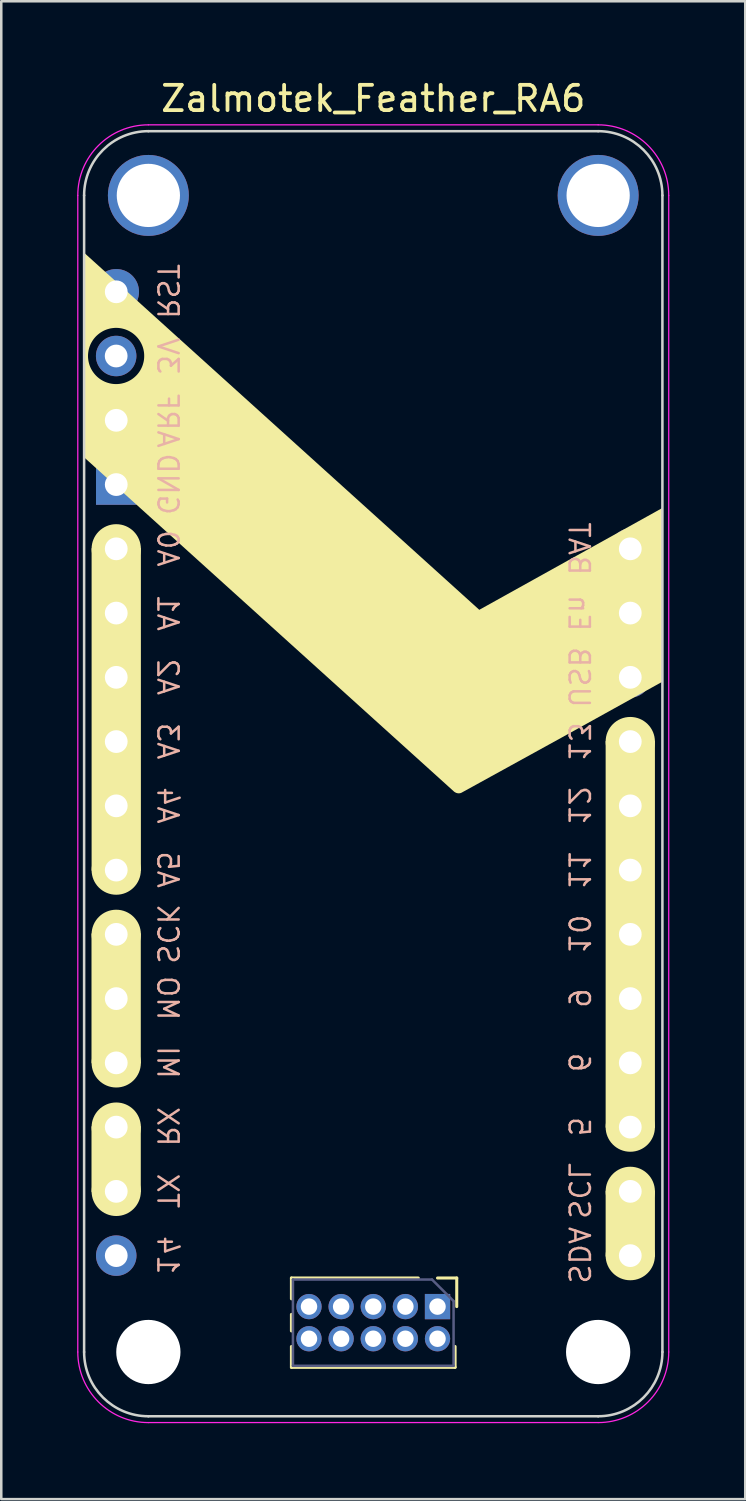
<source format=kicad_pcb>
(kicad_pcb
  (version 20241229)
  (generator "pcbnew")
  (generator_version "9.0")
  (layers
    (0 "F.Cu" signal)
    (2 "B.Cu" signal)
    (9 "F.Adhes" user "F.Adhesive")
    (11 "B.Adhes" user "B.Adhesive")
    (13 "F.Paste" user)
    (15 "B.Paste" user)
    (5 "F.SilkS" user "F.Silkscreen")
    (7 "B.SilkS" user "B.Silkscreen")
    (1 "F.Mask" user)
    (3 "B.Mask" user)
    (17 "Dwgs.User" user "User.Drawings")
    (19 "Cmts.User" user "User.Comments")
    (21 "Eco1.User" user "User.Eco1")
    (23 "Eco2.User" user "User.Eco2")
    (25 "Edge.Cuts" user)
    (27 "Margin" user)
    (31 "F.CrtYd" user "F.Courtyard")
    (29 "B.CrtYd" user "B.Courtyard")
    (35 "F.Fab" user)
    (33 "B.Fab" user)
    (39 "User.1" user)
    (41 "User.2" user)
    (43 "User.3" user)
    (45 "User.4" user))
  (footprint "Zalmotek_Feather_RA6"
    (layer "F.Cu")
    (at 1.545 8.468)
    (property "Reference" "Zalmotek_Feather_RA6" (at 10.16 -7.62 0) (layer "F.SilkS") (effects (font (size 1 1) (thickness 0.15))))
    (attr through_hole)
    (fp_line (start 6.925 39.002) (end 6.925 39.824) (stroke (width 0.12) (type solid)) (layer "F.SilkS"))
    (fp_line (start 6.925 40.44) (end 6.925 41.094) (stroke (width 0.12) (type solid)) (layer "F.SilkS"))
    (fp_line (start 6.925 41.71) (end 6.925 42.532) (stroke (width 0.12) (type solid)) (layer "F.SilkS"))
    (fp_line (start 11.94 39.002) (end 6.925 39.002) (stroke (width 0.12) (type solid)) (layer "F.SilkS"))
    (fp_line (start 12.7 39.002) (end 13.46 39.002) (stroke (width 0.12) (type solid)) (layer "F.SilkS"))
    (fp_line (start 13.395 41.71) (end 13.395 42.532) (stroke (width 0.12) (type solid)) (layer "F.SilkS"))
    (fp_line (start 13.395 42.532) (end 6.925 42.532) (stroke (width 0.12) (type solid)) (layer "F.SilkS"))
    (fp_line (start 13.46 39.002) (end 13.46 40.132) (stroke (width 0.12) (type solid)) (layer "F.SilkS"))
    (fp_rect (start -0.928 25.407) (end 0.92 30.483) (stroke (width 0.1) (type solid)) (fill yes) (layer "F.SilkS"))
    (fp_rect (start -0.928 33.032) (end 0.92 35.577) (stroke (width 0.1) (type solid)) (fill yes) (layer "F.SilkS"))
    (fp_rect (start -0.924 10.179) (end 0.924 22.875) (stroke (width 0.1) (type solid)) (fill yes) (layer "F.SilkS"))
    (fp_rect (start 19.396 17.797) (end 21.244 33.032) (stroke (width 0.1) (type solid)) (fill yes) (layer "F.SilkS"))
    (fp_rect (start 19.396 35.577) (end 21.244 38.132) (stroke (width 0.1) (type solid)) (fill yes) (layer "F.SilkS"))
    (fp_circle (center 0 10.177) (end 0.924 10.177) (stroke (width 0.1) (type solid)) (fill yes) (layer "F.SilkS"))
    (fp_circle (center 0 22.877) (end 0.924 22.877) (stroke (width 0.1) (type solid)) (fill yes) (layer "F.SilkS"))
    (fp_circle (center 0 25.417) (end 0.924 25.417) (stroke (width 0.1) (type solid)) (fill yes) (layer "F.SilkS"))
    (fp_circle (center 0 30.497) (end 0.924 30.497) (stroke (width 0.1) (type solid)) (fill yes) (layer "F.SilkS"))
    (fp_circle (center 0 33.037) (end 0.924 33.037) (stroke (width 0.1) (type solid)) (fill yes) (layer "F.SilkS"))
    (fp_circle (center 0 35.577) (end 0.924 35.577) (stroke (width 0.1) (type solid)) (fill yes) (layer "F.SilkS"))
    (fp_circle (center 20.32 17.797) (end 21.244 17.797) (stroke (width 0.1) (type solid)) (fill yes) (layer "F.SilkS"))
    (fp_circle (center 20.32 33.037) (end 21.244 33.037) (stroke (width 0.1) (type solid)) (fill yes) (layer "F.SilkS"))
    (fp_circle (center 20.32 35.577) (end 21.244 35.577) (stroke (width 0.1) (type solid)) (fill yes) (layer "F.SilkS"))
    (fp_circle (center 20.32 38.117) (end 21.244 38.117) (stroke (width 0.1) (type solid)) (fill yes) (layer "F.SilkS"))
    (fp_poly (pts (xy 14.351 12.588) (xy 21.583 8.565) (xy 21.583 15.433) (xy 17.623 17.629) (xy 13.657 19.813) (xy 13.65 19.816) (xy 13.643 19.82) (xy 13.636 19.823) (xy 13.629 19.826) (xy 13.621 19.828) (xy 13.614 19.831) (xy 13.607 19.833) (xy 13.599 19.835) (xy 13.592 19.837) (xy 13.584 19.838) (xy 13.576 19.839) (xy 13.569 19.84) (xy 13.561 19.841) (xy 13.553 19.842) (xy 13.546 19.842) (xy 13.538 19.842) (xy 13.524 19.842) (xy 13.511 19.84) (xy 13.498 19.839) (xy 13.486 19.837) (xy 13.474 19.834) (xy 13.462 19.831) (xy 13.451 19.828) (xy 13.44 19.824) (xy 13.43 19.819) (xy 13.419 19.815) (xy 13.409 19.809) (xy 13.399 19.804) (xy 13.389 19.798) (xy 13.379 19.792) (xy 13.359 19.779) (xy -1.274 6.557) (xy -1.274 2.554) (xy -1.116 2.554) (xy -1.115 2.611) (xy -1.11 2.667) (xy -1.103 2.723) (xy -1.093 2.778) (xy -1.081 2.831) (xy -1.066 2.884) (xy -1.049 2.936) (xy -1.029 2.986) (xy -1.007 3.035) (xy -0.982 3.083) (xy -0.955 3.13) (xy -0.926 3.175) (xy -0.895 3.218) (xy -0.862 3.26) (xy -0.828 3.3) (xy -0.791 3.339) (xy -0.752 3.376) (xy -0.712 3.411) (xy -0.67 3.444) (xy -0.626 3.475) (xy -0.581 3.504) (xy -0.535 3.53) (xy -0.487 3.555) (xy -0.438 3.577) (xy -0.387 3.597) (xy -0.336 3.614) (xy -0.283 3.629) (xy -0.229 3.642) (xy -0.175 3.652) (xy -0.119 3.659) (xy -0.063 3.663) (xy -0.006 3.664) (xy 0.052 3.663) (xy 0.108 3.659) (xy 0.164 3.652) (xy 0.218 3.642) (xy 0.272 3.629) (xy 0.325 3.615) (xy 0.376 3.597) (xy 0.427 3.577) (xy 0.476 3.555) (xy 0.524 3.53) (xy 0.57 3.504) (xy 0.616 3.475) (xy 0.659 3.444) (xy 0.701 3.411) (xy 0.741 3.376) (xy 0.78 3.339) (xy 0.817 3.301) (xy 0.852 3.26) (xy 0.885 3.218) (xy 0.916 3.175) (xy 0.945 3.13) (xy 0.971 3.083) (xy 0.996 3.035) (xy 1.018 2.986) (xy 1.038 2.936) (xy 1.055 2.884) (xy 1.07 2.831) (xy 1.083 2.778) (xy 1.093 2.723) (xy 1.1 2.667) (xy 1.104 2.611) (xy 1.105 2.554) (xy 1.104 2.497) (xy 1.1 2.44) (xy 1.093 2.385) (xy 1.083 2.33) (xy 1.071 2.276) (xy 1.056 2.223) (xy 1.038 2.172) (xy 1.018 2.121) (xy 0.996 2.072) (xy 0.971 2.024) (xy 0.945 1.978) (xy 0.916 1.933) (xy 0.885 1.889) (xy 0.852 1.847) (xy 0.817 1.807) (xy 0.78 1.768) (xy 0.742 1.731) (xy 0.701 1.696) (xy 0.659 1.663) (xy 0.616 1.632) (xy 0.571 1.604) (xy 0.524 1.577) (xy 0.476 1.552) (xy 0.427 1.53) (xy 0.377 1.51) (xy 0.325 1.493) (xy 0.272 1.478) (xy 0.218 1.465) (xy 0.164 1.456) (xy 0.108 1.448) (xy 0.052 1.444) (xy -0.006 1.443) (xy -0.063 1.444) (xy -0.119 1.449) (xy -0.175 1.456) (xy -0.229 1.465) (xy -0.283 1.478) (xy -0.336 1.493) (xy -0.387 1.51) (xy -0.438 1.53) (xy -0.487 1.552) (xy -0.535 1.577) (xy -0.581 1.604) (xy -0.627 1.633) (xy -0.67 1.664) (xy -0.712 1.697) (xy -0.752 1.732) (xy -0.791 1.768) (xy -0.828 1.807) (xy -0.863 1.847) (xy -0.896 1.889) (xy -0.927 1.933) (xy -0.955 1.978) (xy -0.982 2.024) (xy -1.007 2.072) (xy -1.029 2.121) (xy -1.049 2.172) (xy -1.066 2.223) (xy -1.081 2.276) (xy -1.094 2.33) (xy -1.103 2.385) (xy -1.11 2.44) (xy -1.115 2.497) (xy -1.116 2.554) (xy -1.274 2.554) (xy -1.274 -1.531)) (stroke (width 0) (type solid)) (fill yes) (layer "F.SilkS"))
    (fp_line (start -1.27 -3.793) (end -1.27 41.927) (stroke (width 0.1) (type solid)) (layer "Edge.Cuts"))
    (fp_line (start 1.27 44.467) (end 19.05 44.467) (stroke (width 0.1) (type solid)) (layer "Edge.Cuts"))
    (fp_line (start 19.05 -6.333) (end 1.27 -6.333) (stroke (width 0.1) (type solid)) (layer "Edge.Cuts"))
    (fp_line (start 21.59 41.927) (end 21.59 -3.793) (stroke (width 0.1) (type solid)) (layer "Edge.Cuts"))
    (fp_arc (start -1.27 -3.793) (mid -0.526051 -5.589051) (end 1.27 -6.333) (stroke (width 0.1) (type solid)) (layer "Edge.Cuts"))
    (fp_arc (start 1.27 44.467) (mid -0.526051 43.723051) (end -1.27 41.927) (stroke (width 0.1) (type solid)) (layer "Edge.Cuts"))
    (fp_arc (start 19.05 -6.333) (mid 20.846051 -5.589051) (end 21.59 -3.793) (stroke (width 0.1) (type solid)) (layer "Edge.Cuts"))
    (fp_arc (start 21.59 41.927) (mid 20.846051 43.723051) (end 19.05 44.467) (stroke (width 0.1) (type solid)) (layer "Edge.Cuts"))
    (fp_line (start -1.52 41.927) (end -1.52 -3.793) (stroke (width 0.05) (type solid)) (layer "F.CrtYd"))
    (fp_line (start 19.05 -6.583) (end 1.27 -6.583) (stroke (width 0.05) (type solid)) (layer "F.CrtYd"))
    (fp_line (start 19.05 44.717) (end 1.27 44.717) (stroke (width 0.05) (type solid)) (layer "F.CrtYd"))
    (fp_line (start 21.84 41.927) (end 21.84 -3.793) (stroke (width 0.05) (type solid)) (layer "F.CrtYd"))
    (fp_arc (start -1.52 -3.793) (mid -0.702828 -5.765828) (end 1.27 -6.583) (stroke (width 0.05) (type solid)) (layer "F.CrtYd"))
    (fp_arc (start 1.27 44.717) (mid -0.702828 43.899828) (end -1.52 41.927) (stroke (width 0.05) (type solid)) (layer "F.CrtYd"))
    (fp_arc (start 19.05 -6.583) (mid 21.022828 -5.765828) (end 21.84 -3.793) (stroke (width 0.05) (type solid)) (layer "F.CrtYd"))
    (fp_arc (start 21.84 41.927) (mid 21.022828 43.899828) (end 19.05 44.717) (stroke (width 0.05) (type solid)) (layer "F.CrtYd"))
    (fp_line (start 6.985 39.062) (end 12.482 39.062) (stroke (width 0.1) (type solid)) (layer "B.Fab"))
    (fp_line (start 6.985 42.472) (end 6.985 39.062) (stroke (width 0.1) (type solid)) (layer "B.Fab"))
    (fp_line (start 12.482 39.062) (end 13.335 39.914) (stroke (width 0.1) (type solid)) (layer "B.Fab"))
    (fp_line (start 13.335 39.914) (end 13.335 42.472) (stroke (width 0.1) (type solid)) (layer "B.Fab"))
    (fp_line (start 13.335 42.472) (end 6.985 42.472) (stroke (width 0.1) (type solid)) (layer "B.Fab"))
    (fp_text user "TX" (at 2.032 35.56 270) (unlocked yes) (layer "B.SilkS") (effects (font (size 0.8 0.8) (thickness 0.1) (bold yes)) (justify mirror)))
    (fp_text user "14" (at 2.032 38.1 270) (unlocked yes) (layer "B.SilkS") (effects (font (size 0.8 0.8) (thickness 0.1) (bold yes)) (justify mirror)))
    (fp_text user "11" (at 18.288 22.86 270) (unlocked yes) (layer "B.SilkS") (effects (font (size 0.8 0.8) (thickness 0.1) (bold yes)) (justify mirror)))
    (fp_text user "MI" (at 2.032 30.48 270) (unlocked yes) (layer "B.SilkS") (effects (font (size 0.8 0.8) (thickness 0.1) (bold yes)) (justify mirror)))
    (fp_text user "9" (at 18.288 27.94 270) (unlocked yes) (layer "B.SilkS") (effects (font (size 0.8 0.8) (thickness 0.1) (bold yes)) (justify mirror)))
    (fp_text user "SDA" (at 18.288 38.1 270) (unlocked yes) (layer "B.SilkS") (effects (font (size 0.8 0.8) (thickness 0.1) (bold yes)) (justify mirror)))
    (fp_text user "6" (at 18.288 30.48 270) (unlocked yes) (layer "B.SilkS") (effects (font (size 0.8 0.8) (thickness 0.1) (bold yes)) (justify mirror)))
    (fp_text user "SCL" (at 18.288 35.56 270) (unlocked yes) (layer "B.SilkS") (effects (font (size 0.8 0.8) (thickness 0.1) (bold yes)) (justify mirror)))
    (fp_text user "12" (at 18.288 20.32 270) (unlocked yes) (layer "B.SilkS") (effects (font (size 0.8 0.8) (thickness 0.1) (bold yes)) (justify mirror)))
    (fp_text user "A0" (at 2.032 10.16 270) (unlocked yes) (layer "B.SilkS") (effects (font (size 0.8 0.8) (thickness 0.1) (bold yes)) (justify mirror)))
    (fp_text user "10" (at 18.288 25.4 270) (unlocked yes) (layer "B.SilkS") (effects (font (size 0.8 0.8) (thickness 0.1) (bold yes)) (justify mirror)))
    (fp_text user "A2" (at 2.032 15.24 270) (unlocked yes) (layer "B.SilkS") (effects (font (size 0.8 0.8) (thickness 0.1) (bold yes)) (justify mirror)))
    (fp_text user "13" (at 18.288 17.797 270) (unlocked yes) (layer "B.SilkS") (effects (font (size 0.8 0.8) (thickness 0.1) (bold yes)) (justify mirror)))
    (fp_text user "3V" (at 2.032 2.557 270) (unlocked yes) (layer "B.SilkS") (effects (font (size 0.8 0.8) (thickness 0.1) (bold yes)) (justify mirror)))
    (fp_text user "A4" (at 2.032 20.32 270) (unlocked yes) (layer "B.SilkS") (effects (font (size 0.8 0.8) (thickness 0.1) (bold yes)) (justify mirror)))
    (fp_text user "A5" (at 2.032 22.86 270) (unlocked yes) (layer "B.SilkS") (effects (font (size 0.8 0.8) (thickness 0.1) (bold yes)) (justify mirror)))
    (fp_text user "RST" (at 2.032 0 270) (unlocked yes) (layer "B.SilkS") (effects (font (size 0.8 0.8) (thickness 0.1) (bold yes)) (justify mirror)))
    (fp_text user "ARF" (at 2.032 5.097 270) (unlocked yes) (layer "B.SilkS") (effects (font (size 0.8 0.8) (thickness 0.1) (bold yes)) (justify mirror)))
    (fp_text user "MO" (at 2.032 27.94 270) (unlocked yes) (layer "B.SilkS") (effects (font (size 0.8 0.8) (thickness 0.1) (bold yes)) (justify mirror)))
    (fp_text user "BAT" (at 18.288 10.177 270) (unlocked yes) (layer "B.SilkS") (effects (font (size 0.8 0.8) (thickness 0.1) (bold yes)) (justify mirror)))
    (fp_text user "A3" (at 2.032 17.78 270) (unlocked yes) (layer "B.SilkS") (effects (font (size 0.8 0.8) (thickness 0.1) (bold yes)) (justify mirror)))
    (fp_text user "A1" (at 2.032 12.7 270) (unlocked yes) (layer "B.SilkS") (effects (font (size 0.8 0.8) (thickness 0.1) (bold yes)) (justify mirror)))
    (fp_text user "SCK" (at 2.032 25.4 270) (unlocked yes) (layer "B.SilkS") (effects (font (size 0.8 0.8) (thickness 0.1) (bold yes)) (justify mirror)))
    (fp_text user "GND" (at 2.032 7.62 270) (unlocked yes) (layer "B.SilkS") (effects (font (size 0.8 0.8) (thickness 0.1) (bold yes)) (justify mirror)))
    (fp_text user "RX" (at 2.032 33.02 270) (unlocked yes) (layer "B.SilkS") (effects (font (size 0.8 0.8) (thickness 0.1) (bold yes)) (justify mirror)))
    (fp_text user "5" (at 18.288 33.02 270) (unlocked yes) (layer "B.SilkS") (effects (font (size 0.8 0.8) (thickness 0.1) (bold yes)) (justify mirror)))
    (fp_text user "USB" (at 18.288 15.257 270) (unlocked yes) (layer "B.SilkS") (effects (font (size 0.8 0.8) (thickness 0.1) (bold yes)) (justify mirror)))
    (fp_text user "En" (at 18.288 12.717 270) (unlocked yes) (layer "B.SilkS") (effects (font (size 0.8 0.8) (thickness 0.1) (bold yes)) (justify mirror)))
    (pad "" np_thru_hole circle (at 1.27 -3.793 270) (size 3.2 3.2) (drill 2.5) (layers "*.Cu" "*.Mask"))
    (pad "" np_thru_hole circle (at 1.27 41.927 270) (size 2.54 2.54) (drill 2.54) (layers "*.Cu" "*.Mask"))
    (pad "" np_thru_hole circle (at 19.05 -3.793 270) (size 3.2 3.2) (drill 2.5) (layers "*.Cu" "*.Mask"))
    (pad "" np_thru_hole circle (at 19.05 41.927 270) (size 2.54 2.54) (drill 2.54) (layers "*.Cu" "*.Mask"))
    (pad "1" thru_hole circle (at 0 0.017 180) (size 1.8 1.8) (drill 0.9) (layers "*.Cu" "*.Mask"))
    (pad "2" thru_hole circle (at -0.003 2.555 180) (size 1.6 1.6) (drill 0.9) (layers "*.Cu" "*.Mask"))
    (pad "3" thru_hole circle (at 0 5.097 180) (size 1.6 1.6) (drill 0.9) (layers "*.Cu" "*.Mask"))
    (pad "4" thru_hole rect (at 0 7.637 180) (size 1.6 1.6) (drill 0.9) (layers "*.Cu" "*.Mask"))
    (pad "5" thru_hole circle (at 0 10.177 180) (size 1.6 1.6) (drill 0.9) (layers "*.Cu" "*.Mask"))
    (pad "6" thru_hole circle (at 0 12.717 180) (size 1.6 1.6) (drill 0.9) (layers "*.Cu" "*.Mask"))
    (pad "7" thru_hole circle (at 0 15.257 180) (size 1.6 1.6) (drill 0.9) (layers "*.Cu" "*.Mask"))
    (pad "8" thru_hole circle (at 0 17.797 180) (size 1.6 1.6) (drill 0.9) (layers "*.Cu" "*.Mask"))
    (pad "9" thru_hole circle (at 0 20.337 180) (size 1.6 1.6) (drill 0.9) (layers "*.Cu" "*.Mask"))
    (pad "10" thru_hole circle (at 0 22.877 180) (size 1.6 1.6) (drill 0.9) (layers "*.Cu" "*.Mask"))
    (pad "11" thru_hole circle (at 0 25.417 180) (size 1.6 1.6) (drill 0.9) (layers "*.Cu" "*.Mask"))
    (pad "12" thru_hole circle (at 0 27.957 180) (size 1.6 1.6) (drill 0.9) (layers "*.Cu" "*.Mask"))
    (pad "13" thru_hole circle (at 0 30.497 180) (size 1.6 1.6) (drill 0.9) (layers "*.Cu" "*.Mask"))
    (pad "14" thru_hole circle (at 0 33.037 180) (size 1.6 1.6) (drill 0.9) (layers "*.Cu" "*.Mask"))
    (pad "15" thru_hole circle (at 0 35.577 180) (size 1.6 1.6) (drill 0.9) (layers "*.Cu" "*.Mask"))
    (pad "16" thru_hole circle (at 0 38.117 180) (size 1.6 1.6) (drill 0.9) (layers "*.Cu" "*.Mask"))
    (pad "17" thru_hole circle (at 20.32 38.117 180) (size 1.6 1.6) (drill 0.9) (layers "*.Cu" "*.Mask"))
    (pad "18" thru_hole circle (at 20.32 35.577 180) (size 1.6 1.6) (drill 0.9) (layers "*.Cu" "*.Mask"))
    (pad "19" thru_hole circle (at 20.32 33.037 180) (size 1.6 1.6) (drill 0.9) (layers "*.Cu" "*.Mask"))
    (pad "20" thru_hole circle (at 20.32 30.497 180) (size 1.6 1.6) (drill 0.9) (layers "*.Cu" "*.Mask"))
    (pad "21" thru_hole circle (at 20.32 27.957 180) (size 1.6 1.6) (drill 0.9) (layers "*.Cu" "*.Mask"))
    (pad "22" thru_hole circle (at 20.32 25.417 180) (size 1.6 1.6) (drill 0.9) (layers "*.Cu" "*.Mask"))
    (pad "23" thru_hole circle (at 20.32 22.877 180) (size 1.6 1.6) (drill 0.9) (layers "*.Cu" "*.Mask"))
    (pad "24" thru_hole circle (at 20.32 20.337 180) (size 1.6 1.6) (drill 0.9) (layers "*.Cu" "*.Mask"))
    (pad "25" thru_hole circle (at 20.32 17.797 180) (size 1.6 1.6) (drill 0.9) (layers "*.Cu" "*.Mask"))
    (pad "26" thru_hole circle (at 20.32 15.257 180) (size 1.6 1.6) (drill 0.9) (layers "*.Cu" "*.Mask"))
    (pad "27" thru_hole circle (at 20.32 12.717 180) (size 1.6 1.6) (drill 0.9) (layers "*.Cu" "*.Mask"))
    (pad "28" thru_hole circle (at 20.32 10.177 180) (size 1.6 1.6) (drill 0.9) (layers "*.Cu" "*.Mask"))
    (pad "41" thru_hole rect (at 12.7 40.132 90) (size 1 1) (drill 0.65) (layers "*.Cu" "*.Mask"))
    (pad "42" thru_hole oval (at 12.7 41.402 90) (size 1 1) (drill 0.65) (layers "*.Cu" "*.Mask"))
    (pad "43" thru_hole oval (at 11.43 40.132 90) (size 1 1) (drill 0.65) (layers "*.Cu" "*.Mask"))
    (pad "44" thru_hole oval (at 11.43 41.402 90) (size 1 1) (drill 0.65) (layers "*.Cu" "*.Mask"))
    (pad "45" thru_hole oval (at 10.16 40.132 90) (size 1 1) (drill 0.65) (layers "*.Cu" "*.Mask"))
    (pad "46" thru_hole oval (at 10.16 41.402 90) (size 1 1) (drill 0.65) (layers "*.Cu" "*.Mask"))
    (pad "47" thru_hole oval (at 8.89 40.132 90) (size 1 1) (drill 0.65) (layers "*.Cu" "*.Mask"))
    (pad "48" thru_hole oval (at 8.89 41.402 90) (size 1 1) (drill 0.65) (layers "*.Cu" "*.Mask"))
    (pad "49" thru_hole circle (at 7.62 40.132 90) (size 1 1) (drill 0.65) (layers "*.Cu" "*.Mask"))
    (pad "50" thru_hole oval (at 7.62 41.402 90) (size 1 1) (drill 0.65) (layers "*.Cu" "*.Mask")))
  (gr_rect
    (start -3 -3)
    (end 26.41 56.21)
    (stroke (width 0.1) (type default))
    (fill no)
    (layer "Edge.Cuts")))
</source>
